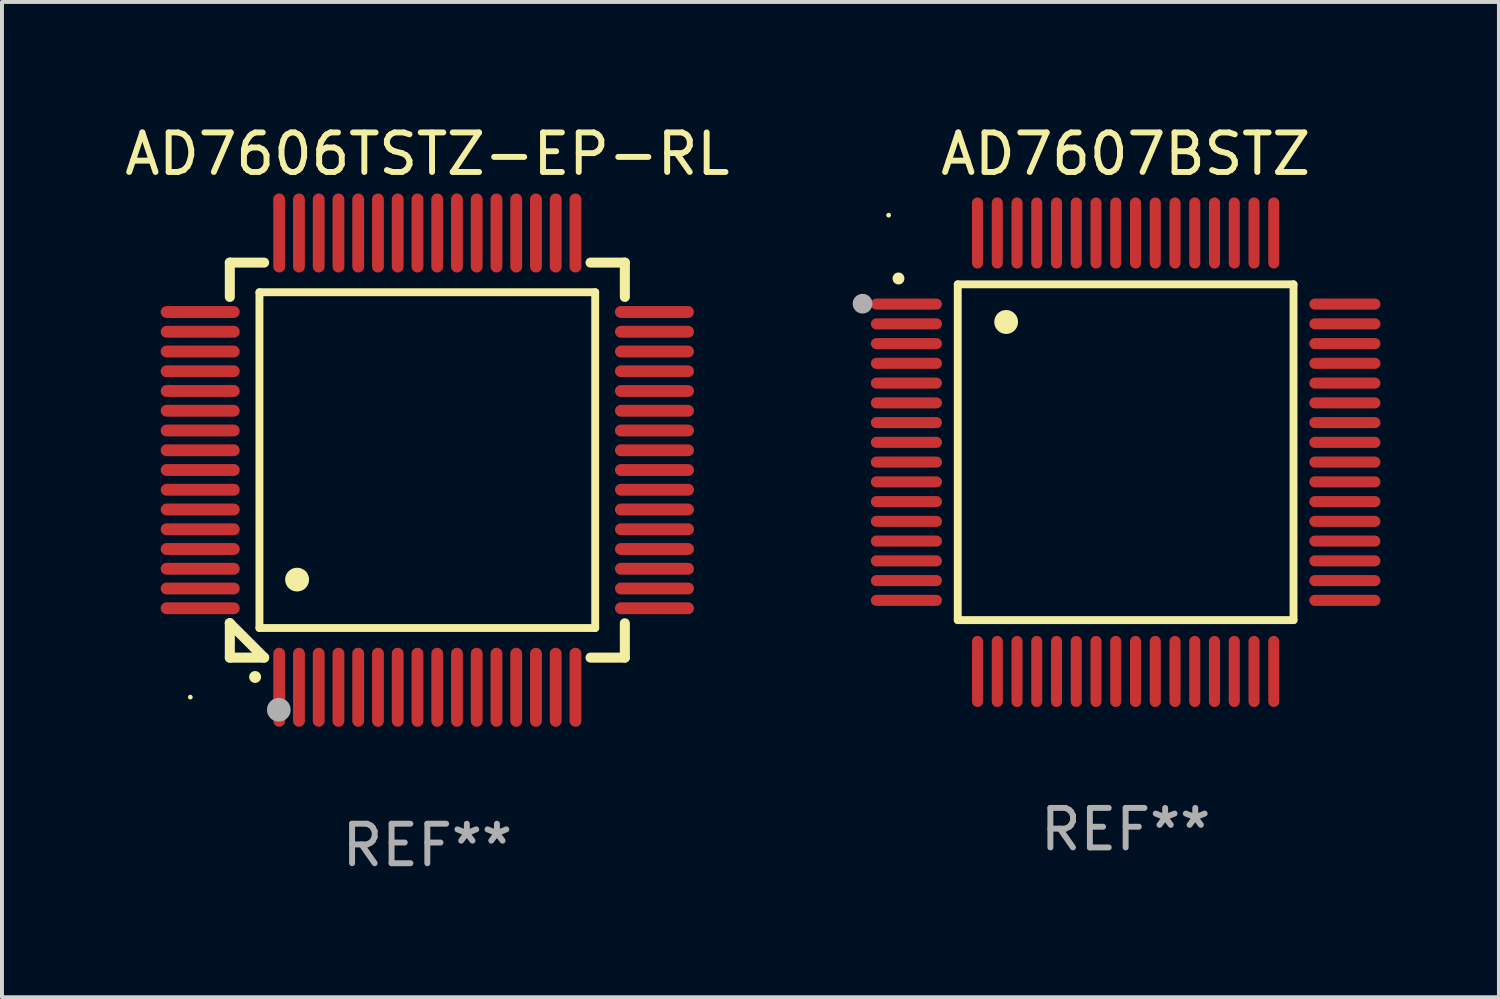
<source format=kicad_pcb>
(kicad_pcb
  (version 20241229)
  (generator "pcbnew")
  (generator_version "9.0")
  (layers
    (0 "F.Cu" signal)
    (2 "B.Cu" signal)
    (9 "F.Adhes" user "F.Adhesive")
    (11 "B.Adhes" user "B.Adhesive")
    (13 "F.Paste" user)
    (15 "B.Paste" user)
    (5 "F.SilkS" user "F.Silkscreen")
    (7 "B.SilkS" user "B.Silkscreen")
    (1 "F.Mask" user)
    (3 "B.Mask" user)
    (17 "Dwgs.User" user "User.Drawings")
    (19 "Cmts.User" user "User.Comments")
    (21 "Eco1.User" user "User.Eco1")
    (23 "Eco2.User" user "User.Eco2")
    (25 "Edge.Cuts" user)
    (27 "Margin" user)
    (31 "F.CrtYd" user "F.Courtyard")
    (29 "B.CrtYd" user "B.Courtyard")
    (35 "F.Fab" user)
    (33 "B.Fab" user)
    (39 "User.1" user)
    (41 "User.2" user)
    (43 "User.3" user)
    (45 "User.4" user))
  (footprint "AD7606TSTZ-EP-RL"
    (layer "F.Cu")
    (at 7.768 8.598)
    (property "Reference" "AD7606TSTZ-EP-RL" (at 0 -7.75 0) (layer "F.SilkS") (effects (font (size 1 1) (thickness 0.15))))
    (attr through_hole)
    (fp_line (start -5 -5) (end -4.131 -5) (stroke (width 0.254) (type solid)) (layer "F.SilkS"))
    (fp_line (start -5 -4.131) (end -5 -5) (stroke (width 0.254) (type solid)) (layer "F.SilkS"))
    (fp_line (start -5 4.131) (end -5 4.131) (stroke (width 0.254) (type solid)) (layer "F.SilkS"))
    (fp_line (start -5 5) (end -5 4.131) (stroke (width 0.254) (type solid)) (layer "F.SilkS"))
    (fp_line (start -5 4.131) (end -4.131 5) (stroke (width 0.254) (type solid)) (layer "F.SilkS"))
    (fp_line (start -4.25 -4.25) (end -4.25 4.25) (stroke (width 0.2) (type solid)) (layer "F.SilkS"))
    (fp_line (start -4.25 4.25) (end 4.25 4.25) (stroke (width 0.2) (type solid)) (layer "F.SilkS"))
    (fp_line (start -4.131 5) (end -5 5) (stroke (width 0.254) (type solid)) (layer "F.SilkS"))
    (fp_line (start 4.25 -4.25) (end -4.25 -4.25) (stroke (width 0.2) (type solid)) (layer "F.SilkS"))
    (fp_line (start 4.25 4.25) (end 4.25 -4.25) (stroke (width 0.2) (type solid)) (layer "F.SilkS"))
    (fp_line (start 5 -5) (end 4.131 -5) (stroke (width 0.254) (type solid)) (layer "F.SilkS"))
    (fp_line (start 5 -5) (end 5 -4.131) (stroke (width 0.254) (type solid)) (layer "F.SilkS"))
    (fp_line (start 5 4.131) (end 5 5) (stroke (width 0.254) (type solid)) (layer "F.SilkS"))
    (fp_line (start 5 5) (end 4.131 5) (stroke (width 0.254) (type solid)) (layer "F.SilkS"))
    (fp_arc (start -4.361265 5.489992) (mid -4.359995 5.489987) (end -4.358725 5.489992) (stroke (width 0.3) (type solid)) (layer "F.SilkS"))
    (fp_arc (start -3.299467 3.025146) (mid -3.296927 3.025135) (end -3.294387 3.025146) (stroke (width 0.6) (type solid)) (layer "F.SilkS"))
    (fp_circle (center -6 6) (end -5.97 6) (stroke (width 0.06) (type solid)) (fill no) (layer "F.SilkS"))
    (fp_circle (center -3.76 6.32) (end -3.61 6.32) (stroke (width 0.3) (type solid)) (fill no) (layer "F.Fab"))
    (fp_text user "REF**" (at 0 9.75 0) (layer "F.Fab") (effects (font (size 1 1) (thickness 0.15))))
    (pad "1" smd oval (at -3.75 5.75) (size 0.3 2) (layers "F.Cu" "F.Mask" "F.Paste"))
    (pad "2" smd oval (at -3.25 5.75) (size 0.3 2) (layers "F.Cu" "F.Mask" "F.Paste"))
    (pad "3" smd oval (at -2.75 5.75) (size 0.3 2) (layers "F.Cu" "F.Mask" "F.Paste"))
    (pad "4" smd oval (at -2.25 5.75) (size 0.3 2) (layers "F.Cu" "F.Mask" "F.Paste"))
    (pad "5" smd oval (at -1.75 5.75) (size 0.3 2) (layers "F.Cu" "F.Mask" "F.Paste"))
    (pad "6" smd oval (at -1.25 5.75) (size 0.3 2) (layers "F.Cu" "F.Mask" "F.Paste"))
    (pad "7" smd oval (at -0.75 5.75) (size 0.3 2) (layers "F.Cu" "F.Mask" "F.Paste"))
    (pad "8" smd oval (at -0.25 5.75) (size 0.3 2) (layers "F.Cu" "F.Mask" "F.Paste"))
    (pad "9" smd oval (at 0.25 5.75) (size 0.3 2) (layers "F.Cu" "F.Mask" "F.Paste"))
    (pad "10" smd oval (at 0.75 5.75) (size 0.3 2) (layers "F.Cu" "F.Mask" "F.Paste"))
    (pad "11" smd oval (at 1.25 5.75) (size 0.3 2) (layers "F.Cu" "F.Mask" "F.Paste"))
    (pad "12" smd oval (at 1.75 5.75) (size 0.3 2) (layers "F.Cu" "F.Mask" "F.Paste"))
    (pad "13" smd oval (at 2.25 5.75) (size 0.3 2) (layers "F.Cu" "F.Mask" "F.Paste"))
    (pad "14" smd oval (at 2.75 5.75) (size 0.3 2) (layers "F.Cu" "F.Mask" "F.Paste"))
    (pad "15" smd oval (at 3.25 5.75) (size 0.3 2) (layers "F.Cu" "F.Mask" "F.Paste"))
    (pad "16" smd oval (at 3.75 5.75) (size 0.3 2) (layers "F.Cu" "F.Mask" "F.Paste"))
    (pad "17" smd oval (at 5.75 3.75) (size 2 0.3) (layers "F.Cu" "F.Mask" "F.Paste"))
    (pad "18" smd oval (at 5.75 3.25) (size 2 0.3) (layers "F.Cu" "F.Mask" "F.Paste"))
    (pad "19" smd oval (at 5.75 2.75) (size 2 0.3) (layers "F.Cu" "F.Mask" "F.Paste"))
    (pad "20" smd oval (at 5.75 2.25) (size 2 0.3) (layers "F.Cu" "F.Mask" "F.Paste"))
    (pad "21" smd oval (at 5.75 1.75) (size 2 0.3) (layers "F.Cu" "F.Mask" "F.Paste"))
    (pad "22" smd oval (at 5.75 1.25) (size 2 0.3) (layers "F.Cu" "F.Mask" "F.Paste"))
    (pad "23" smd oval (at 5.75 0.75) (size 2 0.3) (layers "F.Cu" "F.Mask" "F.Paste"))
    (pad "24" smd oval (at 5.75 0.25) (size 2 0.3) (layers "F.Cu" "F.Mask" "F.Paste"))
    (pad "25" smd oval (at 5.75 -0.25) (size 2 0.3) (layers "F.Cu" "F.Mask" "F.Paste"))
    (pad "26" smd oval (at 5.75 -0.75) (size 2 0.3) (layers "F.Cu" "F.Mask" "F.Paste"))
    (pad "27" smd oval (at 5.75 -1.25) (size 2 0.3) (layers "F.Cu" "F.Mask" "F.Paste"))
    (pad "28" smd oval (at 5.75 -1.75) (size 2 0.3) (layers "F.Cu" "F.Mask" "F.Paste"))
    (pad "29" smd oval (at 5.75 -2.25) (size 2 0.3) (layers "F.Cu" "F.Mask" "F.Paste"))
    (pad "30" smd oval (at 5.75 -2.75) (size 2 0.3) (layers "F.Cu" "F.Mask" "F.Paste"))
    (pad "31" smd oval (at 5.75 -3.25) (size 2 0.3) (layers "F.Cu" "F.Mask" "F.Paste"))
    (pad "32" smd oval (at 5.75 -3.75) (size 2 0.3) (layers "F.Cu" "F.Mask" "F.Paste"))
    (pad "33" smd oval (at 3.75 -5.75) (size 0.3 2) (layers "F.Cu" "F.Mask" "F.Paste"))
    (pad "34" smd oval (at 3.25 -5.75) (size 0.3 2) (layers "F.Cu" "F.Mask" "F.Paste"))
    (pad "35" smd oval (at 2.75 -5.75) (size 0.3 2) (layers "F.Cu" "F.Mask" "F.Paste"))
    (pad "36" smd oval (at 2.25 -5.75) (size 0.3 2) (layers "F.Cu" "F.Mask" "F.Paste"))
    (pad "37" smd oval (at 1.75 -5.75) (size 0.3 2) (layers "F.Cu" "F.Mask" "F.Paste"))
    (pad "38" smd oval (at 1.25 -5.75) (size 0.3 2) (layers "F.Cu" "F.Mask" "F.Paste"))
    (pad "39" smd oval (at 0.75 -5.75) (size 0.3 2) (layers "F.Cu" "F.Mask" "F.Paste"))
    (pad "40" smd oval (at 0.25 -5.75) (size 0.3 2) (layers "F.Cu" "F.Mask" "F.Paste"))
    (pad "41" smd oval (at -0.25 -5.75) (size 0.3 2) (layers "F.Cu" "F.Mask" "F.Paste"))
    (pad "42" smd oval (at -0.75 -5.75) (size 0.3 2) (layers "F.Cu" "F.Mask" "F.Paste"))
    (pad "43" smd oval (at -1.25 -5.75) (size 0.3 2) (layers "F.Cu" "F.Mask" "F.Paste"))
    (pad "44" smd oval (at -1.75 -5.75) (size 0.3 2) (layers "F.Cu" "F.Mask" "F.Paste"))
    (pad "45" smd oval (at -2.25 -5.75) (size 0.3 2) (layers "F.Cu" "F.Mask" "F.Paste"))
    (pad "46" smd oval (at -2.75 -5.75) (size 0.3 2) (layers "F.Cu" "F.Mask" "F.Paste"))
    (pad "47" smd oval (at -3.25 -5.75) (size 0.3 2) (layers "F.Cu" "F.Mask" "F.Paste"))
    (pad "48" smd oval (at -3.75 -5.75) (size 0.3 2) (layers "F.Cu" "F.Mask" "F.Paste"))
    (pad "49" smd oval (at -5.75 -3.75) (size 2 0.3) (layers "F.Cu" "F.Mask" "F.Paste"))
    (pad "50" smd oval (at -5.75 -3.25) (size 2 0.3) (layers "F.Cu" "F.Mask" "F.Paste"))
    (pad "51" smd oval (at -5.75 -2.75) (size 2 0.3) (layers "F.Cu" "F.Mask" "F.Paste"))
    (pad "52" smd oval (at -5.75 -2.25) (size 2 0.3) (layers "F.Cu" "F.Mask" "F.Paste"))
    (pad "53" smd oval (at -5.75 -1.75) (size 2 0.3) (layers "F.Cu" "F.Mask" "F.Paste"))
    (pad "54" smd oval (at -5.75 -1.25) (size 2 0.3) (layers "F.Cu" "F.Mask" "F.Paste"))
    (pad "55" smd oval (at -5.75 -0.75) (size 2 0.3) (layers "F.Cu" "F.Mask" "F.Paste"))
    (pad "56" smd oval (at -5.75 -0.25) (size 2 0.3) (layers "F.Cu" "F.Mask" "F.Paste"))
    (pad "57" smd oval (at -5.75 0.25) (size 2 0.3) (layers "F.Cu" "F.Mask" "F.Paste"))
    (pad "58" smd oval (at -5.75 0.75) (size 2 0.3) (layers "F.Cu" "F.Mask" "F.Paste"))
    (pad "59" smd oval (at -5.75 1.25) (size 2 0.3) (layers "F.Cu" "F.Mask" "F.Paste"))
    (pad "60" smd oval (at -5.75 1.75) (size 2 0.3) (layers "F.Cu" "F.Mask" "F.Paste"))
    (pad "61" smd oval (at -5.75 2.25) (size 2 0.3) (layers "F.Cu" "F.Mask" "F.Paste"))
    (pad "62" smd oval (at -5.75 2.75) (size 2 0.3) (layers "F.Cu" "F.Mask" "F.Paste"))
    (pad "63" smd oval (at -5.75 3.25) (size 2 0.3) (layers "F.Cu" "F.Mask" "F.Paste"))
    (pad "64" smd oval (at -5.75 3.75) (size 2 0.3) (layers "F.Cu" "F.Mask" "F.Paste")))
  (footprint "AD7607BSTZ"
    (layer "F.Cu")
    (at 25.446 8.398)
    (property "Reference" "AD7607BSTZ" (at 0 -7.55 0) (layer "F.SilkS") (effects (font (size 1 1) (thickness 0.15))))
    (attr through_hole)
    (fp_line (start -4.25 -4.25) (end -4.25 4.25) (stroke (width 0.2) (type solid)) (layer "F.SilkS"))
    (fp_line (start -4.25 4.25) (end 4.25 4.25) (stroke (width 0.2) (type solid)) (layer "F.SilkS"))
    (fp_line (start 4.25 -4.25) (end -4.25 -4.25) (stroke (width 0.2) (type solid)) (layer "F.SilkS"))
    (fp_line (start 4.25 4.25) (end 4.25 -4.25) (stroke (width 0.2) (type solid)) (layer "F.SilkS"))
    (fp_arc (start -5.750572 -4.396749) (mid -5.750577 -4.398019) (end -5.750572 -4.399289) (stroke (width 0.3) (type solid)) (layer "F.SilkS"))
    (fp_arc (start -3.025146 -3.294387) (mid -3.025157 -3.296927) (end -3.025146 -3.299467) (stroke (width 0.6) (type solid)) (layer "F.SilkS"))
    (fp_circle (center -6 -6) (end -5.97 -6) (stroke (width 0.06) (type solid)) (fill no) (layer "F.SilkS"))
    (fp_circle (center -6.66 -3.76) (end -6.535 -3.76) (stroke (width 0.25) (type solid)) (fill no) (layer "F.Fab"))
    (fp_text user "REF**" (at 0 9.55 0) (layer "F.Fab") (effects (font (size 1 1) (thickness 0.15))))
    (pad "1" smd oval (at -5.55 -3.75) (size 1.8 0.28) (layers "F.Cu" "F.Mask" "F.Paste"))
    (pad "2" smd oval (at -5.55 -3.25) (size 1.8 0.28) (layers "F.Cu" "F.Mask" "F.Paste"))
    (pad "3" smd oval (at -5.55 -2.75) (size 1.8 0.28) (layers "F.Cu" "F.Mask" "F.Paste"))
    (pad "4" smd oval (at -5.55 -2.25) (size 1.8 0.28) (layers "F.Cu" "F.Mask" "F.Paste"))
    (pad "5" smd oval (at -5.55 -1.75) (size 1.8 0.28) (layers "F.Cu" "F.Mask" "F.Paste"))
    (pad "6" smd oval (at -5.55 -1.25) (size 1.8 0.28) (layers "F.Cu" "F.Mask" "F.Paste"))
    (pad "7" smd oval (at -5.55 -0.75) (size 1.8 0.28) (layers "F.Cu" "F.Mask" "F.Paste"))
    (pad "8" smd oval (at -5.55 -0.25) (size 1.8 0.28) (layers "F.Cu" "F.Mask" "F.Paste"))
    (pad "9" smd oval (at -5.55 0.25) (size 1.8 0.28) (layers "F.Cu" "F.Mask" "F.Paste"))
    (pad "10" smd oval (at -5.55 0.75) (size 1.8 0.28) (layers "F.Cu" "F.Mask" "F.Paste"))
    (pad "11" smd oval (at -5.55 1.25) (size 1.8 0.28) (layers "F.Cu" "F.Mask" "F.Paste"))
    (pad "12" smd oval (at -5.55 1.75) (size 1.8 0.28) (layers "F.Cu" "F.Mask" "F.Paste"))
    (pad "13" smd oval (at -5.55 2.25) (size 1.8 0.28) (layers "F.Cu" "F.Mask" "F.Paste"))
    (pad "14" smd oval (at -5.55 2.75) (size 1.8 0.28) (layers "F.Cu" "F.Mask" "F.Paste"))
    (pad "15" smd oval (at -5.55 3.25) (size 1.8 0.28) (layers "F.Cu" "F.Mask" "F.Paste"))
    (pad "16" smd oval (at -5.55 3.75) (size 1.8 0.28) (layers "F.Cu" "F.Mask" "F.Paste"))
    (pad "17" smd oval (at -3.75 5.55) (size 0.28 1.8) (layers "F.Cu" "F.Mask" "F.Paste"))
    (pad "18" smd oval (at -3.25 5.55) (size 0.28 1.8) (layers "F.Cu" "F.Mask" "F.Paste"))
    (pad "19" smd oval (at -2.75 5.55) (size 0.28 1.8) (layers "F.Cu" "F.Mask" "F.Paste"))
    (pad "20" smd oval (at -2.25 5.55) (size 0.28 1.8) (layers "F.Cu" "F.Mask" "F.Paste"))
    (pad "21" smd oval (at -1.75 5.55) (size 0.28 1.8) (layers "F.Cu" "F.Mask" "F.Paste"))
    (pad "22" smd oval (at -1.25 5.55) (size 0.28 1.8) (layers "F.Cu" "F.Mask" "F.Paste"))
    (pad "23" smd oval (at -0.75 5.55) (size 0.28 1.8) (layers "F.Cu" "F.Mask" "F.Paste"))
    (pad "24" smd oval (at -0.25 5.55) (size 0.28 1.8) (layers "F.Cu" "F.Mask" "F.Paste"))
    (pad "25" smd oval (at 0.25 5.55) (size 0.28 1.8) (layers "F.Cu" "F.Mask" "F.Paste"))
    (pad "26" smd oval (at 0.75 5.55) (size 0.28 1.8) (layers "F.Cu" "F.Mask" "F.Paste"))
    (pad "27" smd oval (at 1.25 5.55) (size 0.28 1.8) (layers "F.Cu" "F.Mask" "F.Paste"))
    (pad "28" smd oval (at 1.75 5.55) (size 0.28 1.8) (layers "F.Cu" "F.Mask" "F.Paste"))
    (pad "29" smd oval (at 2.25 5.55) (size 0.28 1.8) (layers "F.Cu" "F.Mask" "F.Paste"))
    (pad "30" smd oval (at 2.75 5.55) (size 0.28 1.8) (layers "F.Cu" "F.Mask" "F.Paste"))
    (pad "31" smd oval (at 3.25 5.55) (size 0.28 1.8) (layers "F.Cu" "F.Mask" "F.Paste"))
    (pad "32" smd oval (at 3.75 5.55) (size 0.28 1.8) (layers "F.Cu" "F.Mask" "F.Paste"))
    (pad "33" smd oval (at 5.55 3.75) (size 1.8 0.28) (layers "F.Cu" "F.Mask" "F.Paste"))
    (pad "34" smd oval (at 5.55 3.25) (size 1.8 0.28) (layers "F.Cu" "F.Mask" "F.Paste"))
    (pad "35" smd oval (at 5.55 2.75) (size 1.8 0.28) (layers "F.Cu" "F.Mask" "F.Paste"))
    (pad "36" smd oval (at 5.55 2.25) (size 1.8 0.28) (layers "F.Cu" "F.Mask" "F.Paste"))
    (pad "37" smd oval (at 5.55 1.75) (size 1.8 0.28) (layers "F.Cu" "F.Mask" "F.Paste"))
    (pad "38" smd oval (at 5.55 1.25) (size 1.8 0.28) (layers "F.Cu" "F.Mask" "F.Paste"))
    (pad "39" smd oval (at 5.55 0.75) (size 1.8 0.28) (layers "F.Cu" "F.Mask" "F.Paste"))
    (pad "40" smd oval (at 5.55 0.25) (size 1.8 0.28) (layers "F.Cu" "F.Mask" "F.Paste"))
    (pad "41" smd oval (at 5.55 -0.25) (size 1.8 0.28) (layers "F.Cu" "F.Mask" "F.Paste"))
    (pad "42" smd oval (at 5.55 -0.75) (size 1.8 0.28) (layers "F.Cu" "F.Mask" "F.Paste"))
    (pad "43" smd oval (at 5.55 -1.25) (size 1.8 0.28) (layers "F.Cu" "F.Mask" "F.Paste"))
    (pad "44" smd oval (at 5.55 -1.75) (size 1.8 0.28) (layers "F.Cu" "F.Mask" "F.Paste"))
    (pad "45" smd oval (at 5.55 -2.25) (size 1.8 0.28) (layers "F.Cu" "F.Mask" "F.Paste"))
    (pad "46" smd oval (at 5.55 -2.75) (size 1.8 0.28) (layers "F.Cu" "F.Mask" "F.Paste"))
    (pad "47" smd oval (at 5.55 -3.25) (size 1.8 0.28) (layers "F.Cu" "F.Mask" "F.Paste"))
    (pad "48" smd oval (at 5.55 -3.75) (size 1.8 0.28) (layers "F.Cu" "F.Mask" "F.Paste"))
    (pad "49" smd oval (at 3.75 -5.55) (size 0.28 1.8) (layers "F.Cu" "F.Mask" "F.Paste"))
    (pad "50" smd oval (at 3.25 -5.55) (size 0.28 1.8) (layers "F.Cu" "F.Mask" "F.Paste"))
    (pad "51" smd oval (at 2.75 -5.55) (size 0.28 1.8) (layers "F.Cu" "F.Mask" "F.Paste"))
    (pad "52" smd oval (at 2.25 -5.55) (size 0.28 1.8) (layers "F.Cu" "F.Mask" "F.Paste"))
    (pad "53" smd oval (at 1.75 -5.55) (size 0.28 1.8) (layers "F.Cu" "F.Mask" "F.Paste"))
    (pad "54" smd oval (at 1.25 -5.55) (size 0.28 1.8) (layers "F.Cu" "F.Mask" "F.Paste"))
    (pad "55" smd oval (at 0.75 -5.55) (size 0.28 1.8) (layers "F.Cu" "F.Mask" "F.Paste"))
    (pad "56" smd oval (at 0.25 -5.55) (size 0.28 1.8) (layers "F.Cu" "F.Mask" "F.Paste"))
    (pad "57" smd oval (at -0.25 -5.55) (size 0.28 1.8) (layers "F.Cu" "F.Mask" "F.Paste"))
    (pad "58" smd oval (at -0.75 -5.55) (size 0.28 1.8) (layers "F.Cu" "F.Mask" "F.Paste"))
    (pad "59" smd oval (at -1.25 -5.55) (size 0.28 1.8) (layers "F.Cu" "F.Mask" "F.Paste"))
    (pad "60" smd oval (at -1.75 -5.55) (size 0.28 1.8) (layers "F.Cu" "F.Mask" "F.Paste"))
    (pad "61" smd oval (at -2.25 -5.55) (size 0.28 1.8) (layers "F.Cu" "F.Mask" "F.Paste"))
    (pad "62" smd oval (at -2.75 -5.55) (size 0.28 1.8) (layers "F.Cu" "F.Mask" "F.Paste"))
    (pad "63" smd oval (at -3.25 -5.55) (size 0.28 1.8) (layers "F.Cu" "F.Mask" "F.Paste"))
    (pad "64" smd oval (at -3.75 -5.55) (size 0.28 1.8) (layers "F.Cu" "F.Mask" "F.Paste")))
  (gr_rect
    (start -3 -3)
    (end 34.896 22.196)
    (stroke (width 0.1) (type default))
    (fill no)
    (layer "Edge.Cuts")))
</source>
